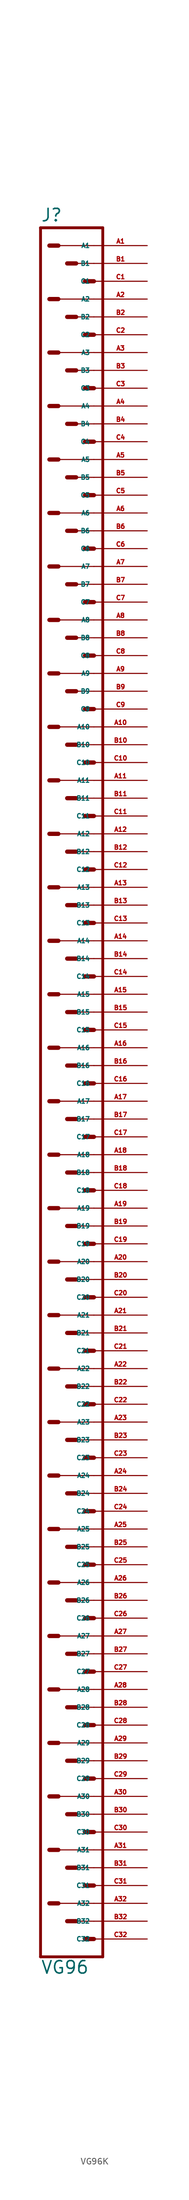
<source format=kicad_sym>
(kicad_symbol_lib
  (version 20220914)
  (generator Eagle2Kicad)
  (symbol "VG96K"
    (property "Reference" "J"
      (at -5.08 112.522 0)
      (effects (font (size 1.778 1.778) (thickness 0.22)) (justify left bottom)))
    (property "Value" "VG96"
      (at -5.08 -137.16 0)
      (effects (font (size 1.778 1.778) (thickness 0.22)) (justify left bottom)))
    (polyline
      (pts (xy 3.81 -134.62) (xy -5.08 -134.62))
      (stroke (width 0.406) (type default))
      (fill (type none)))
    (polyline
      (pts (xy -5.08 111.76) (xy -5.08 -134.62))
      (stroke (width 0.406) (type default))
      (fill (type none)))
    (polyline
      (pts (xy -5.08 111.76) (xy 3.81 111.76))
      (stroke (width 0.406) (type default))
      (fill (type none)))
    (polyline
      (pts (xy 3.81 -134.62) (xy 3.81 111.76))
      (stroke (width 0.406) (type default))
      (fill (type none)))
    (polyline
      (pts (xy 2.54 106.68) (xy 0 106.68))
      (stroke (width 0.152) (type default))
      (fill (type none)))
    (polyline
      (pts (xy -2.54 109.22) (xy 2.54 109.22))
      (stroke (width 0.152) (type default))
      (fill (type none)))
    (polyline
      (pts (xy 2.54 99.06) (xy 0 99.06))
      (stroke (width 0.152) (type default))
      (fill (type none)))
    (polyline
      (pts (xy -2.54 101.6) (xy 2.54 101.6))
      (stroke (width 0.152) (type default))
      (fill (type none)))
    (polyline
      (pts (xy 2.54 91.44) (xy 0 91.44))
      (stroke (width 0.152) (type default))
      (fill (type none)))
    (polyline
      (pts (xy -2.54 93.98) (xy 2.54 93.98))
      (stroke (width 0.152) (type default))
      (fill (type none)))
    (polyline
      (pts (xy -2.54 86.36) (xy 2.54 86.36))
      (stroke (width 0.152) (type default))
      (fill (type none)))
    (polyline
      (pts (xy 2.54 83.82) (xy 0 83.82))
      (stroke (width 0.152) (type default))
      (fill (type none)))
    (polyline
      (pts (xy 2.54 76.2) (xy 0 76.2))
      (stroke (width 0.152) (type default))
      (fill (type none)))
    (polyline
      (pts (xy -2.54 78.74) (xy 2.54 78.74))
      (stroke (width 0.152) (type default))
      (fill (type none)))
    (polyline
      (pts (xy 2.54 68.58) (xy 0 68.58))
      (stroke (width 0.152) (type default))
      (fill (type none)))
    (polyline
      (pts (xy -2.54 71.12) (xy 2.54 71.12))
      (stroke (width 0.152) (type default))
      (fill (type none)))
    (polyline
      (pts (xy 2.54 60.96) (xy 0 60.96))
      (stroke (width 0.152) (type default))
      (fill (type none)))
    (polyline
      (pts (xy -2.54 63.5) (xy 2.54 63.5))
      (stroke (width 0.152) (type default))
      (fill (type none)))
    (polyline
      (pts (xy 2.54 53.34) (xy 0 53.34))
      (stroke (width 0.152) (type default))
      (fill (type none)))
    (polyline
      (pts (xy -2.54 55.88) (xy 2.54 55.88))
      (stroke (width 0.152) (type default))
      (fill (type none)))
    (polyline
      (pts (xy 2.54 45.72) (xy 0 45.72))
      (stroke (width 0.152) (type default))
      (fill (type none)))
    (polyline
      (pts (xy -2.54 48.26) (xy 2.54 48.26))
      (stroke (width 0.152) (type default))
      (fill (type none)))
    (polyline
      (pts (xy 2.54 38.1) (xy 0 38.1))
      (stroke (width 0.152) (type default))
      (fill (type none)))
    (polyline
      (pts (xy -2.54 40.64) (xy 2.54 40.64))
      (stroke (width 0.152) (type default))
      (fill (type none)))
    (polyline
      (pts (xy 2.54 30.48) (xy 0 30.48))
      (stroke (width 0.152) (type default))
      (fill (type none)))
    (polyline
      (pts (xy -2.54 33.02) (xy 2.54 33.02))
      (stroke (width 0.152) (type default))
      (fill (type none)))
    (polyline
      (pts (xy 2.54 22.86) (xy 0 22.86))
      (stroke (width 0.152) (type default))
      (fill (type none)))
    (polyline
      (pts (xy -2.54 25.4) (xy 2.54 25.4))
      (stroke (width 0.152) (type default))
      (fill (type none)))
    (polyline
      (pts (xy 2.54 15.24) (xy 0 15.24))
      (stroke (width 0.152) (type default))
      (fill (type none)))
    (polyline
      (pts (xy -2.54 17.78) (xy 2.54 17.78))
      (stroke (width 0.152) (type default))
      (fill (type none)))
    (polyline
      (pts (xy 2.54 7.62) (xy 0 7.62))
      (stroke (width 0.152) (type default))
      (fill (type none)))
    (polyline
      (pts (xy -2.54 10.16) (xy 2.54 10.16))
      (stroke (width 0.152) (type default))
      (fill (type none)))
    (polyline
      (pts (xy 2.54 0) (xy 0 0))
      (stroke (width 0.152) (type default))
      (fill (type none)))
    (polyline
      (pts (xy -2.54 2.54) (xy 2.54 2.54))
      (stroke (width 0.152) (type default))
      (fill (type none)))
    (polyline
      (pts (xy 2.54 -7.62) (xy 0 -7.62))
      (stroke (width 0.152) (type default))
      (fill (type none)))
    (polyline
      (pts (xy -2.54 -5.08) (xy 2.54 -5.08))
      (stroke (width 0.152) (type default))
      (fill (type none)))
    (polyline
      (pts (xy 2.54 -15.24) (xy 0 -15.24))
      (stroke (width 0.152) (type default))
      (fill (type none)))
    (polyline
      (pts (xy -2.54 -12.7) (xy 2.54 -12.7))
      (stroke (width 0.152) (type default))
      (fill (type none)))
    (polyline
      (pts (xy 2.54 -22.86) (xy 0 -22.86))
      (stroke (width 0.152) (type default))
      (fill (type none)))
    (polyline
      (pts (xy -2.54 -20.32) (xy 2.54 -20.32))
      (stroke (width 0.152) (type default))
      (fill (type none)))
    (polyline
      (pts (xy 2.54 -30.48) (xy 0 -30.48))
      (stroke (width 0.152) (type default))
      (fill (type none)))
    (polyline
      (pts (xy -2.54 -27.94) (xy 2.54 -27.94))
      (stroke (width 0.152) (type default))
      (fill (type none)))
    (polyline
      (pts (xy 2.54 -38.1) (xy 0 -38.1))
      (stroke (width 0.152) (type default))
      (fill (type none)))
    (polyline
      (pts (xy -2.54 -35.56) (xy 2.54 -35.56))
      (stroke (width 0.152) (type default))
      (fill (type none)))
    (polyline
      (pts (xy 2.54 -45.72) (xy 0 -45.72))
      (stroke (width 0.152) (type default))
      (fill (type none)))
    (polyline
      (pts (xy -2.54 -43.18) (xy 2.54 -43.18))
      (stroke (width 0.152) (type default))
      (fill (type none)))
    (polyline
      (pts (xy 2.54 -53.34) (xy 0 -53.34))
      (stroke (width 0.152) (type default))
      (fill (type none)))
    (polyline
      (pts (xy -2.54 -50.8) (xy 2.54 -50.8))
      (stroke (width 0.152) (type default))
      (fill (type none)))
    (polyline
      (pts (xy 2.54 -60.96) (xy 0 -60.96))
      (stroke (width 0.152) (type default))
      (fill (type none)))
    (polyline
      (pts (xy -2.54 -58.42) (xy 2.54 -58.42))
      (stroke (width 0.152) (type default))
      (fill (type none)))
    (polyline
      (pts (xy 2.54 -68.58) (xy 0 -68.58))
      (stroke (width 0.152) (type default))
      (fill (type none)))
    (polyline
      (pts (xy -2.54 -66.04) (xy 2.54 -66.04))
      (stroke (width 0.152) (type default))
      (fill (type none)))
    (polyline
      (pts (xy 2.54 -76.2) (xy 0 -76.2))
      (stroke (width 0.152) (type default))
      (fill (type none)))
    (polyline
      (pts (xy -2.54 -73.66) (xy 2.54 -73.66))
      (stroke (width 0.152) (type default))
      (fill (type none)))
    (polyline
      (pts (xy 2.54 -83.82) (xy 0 -83.82))
      (stroke (width 0.152) (type default))
      (fill (type none)))
    (polyline
      (pts (xy -2.54 -81.28) (xy 2.54 -81.28))
      (stroke (width 0.152) (type default))
      (fill (type none)))
    (polyline
      (pts (xy 2.54 -91.44) (xy 0 -91.44))
      (stroke (width 0.152) (type default))
      (fill (type none)))
    (polyline
      (pts (xy 2.54 -99.06) (xy 0 -99.06))
      (stroke (width 0.152) (type default))
      (fill (type none)))
    (polyline
      (pts (xy 2.54 -106.68) (xy 0 -106.68))
      (stroke (width 0.152) (type default))
      (fill (type none)))
    (polyline
      (pts (xy -2.54 -88.9) (xy 2.54 -88.9))
      (stroke (width 0.152) (type default))
      (fill (type none)))
    (polyline
      (pts (xy -2.54 -96.52) (xy 2.54 -96.52))
      (stroke (width 0.152) (type default))
      (fill (type none)))
    (polyline
      (pts (xy -2.54 -104.14) (xy 2.54 -104.14))
      (stroke (width 0.152) (type default))
      (fill (type none)))
    (polyline
      (pts (xy 2.54 -114.3) (xy 0 -114.3))
      (stroke (width 0.152) (type default))
      (fill (type none)))
    (polyline
      (pts (xy -2.54 -111.76) (xy 2.54 -111.76))
      (stroke (width 0.152) (type default))
      (fill (type none)))
    (polyline
      (pts (xy 2.54 -121.92) (xy 0 -121.92))
      (stroke (width 0.152) (type default))
      (fill (type none)))
    (polyline
      (pts (xy -2.54 -119.38) (xy 2.54 -119.38))
      (stroke (width 0.152) (type default))
      (fill (type none)))
    (polyline
      (pts (xy -2.54 -127) (xy 2.54 -127))
      (stroke (width 0.152) (type default))
      (fill (type none)))
    (polyline
      (pts (xy 2.54 -129.54) (xy 0 -129.54))
      (stroke (width 0.152) (type default))
      (fill (type none)))
    (polyline
      (pts (xy -3.81 -127) (xy -2.54 -127))
      (stroke (width 0.61) (type default))
      (fill (type none)))
    (polyline
      (pts (xy -1.27 -129.54) (xy 0 -129.54))
      (stroke (width 0.61) (type default))
      (fill (type none)))
    (polyline
      (pts (xy 1.27 -132.08) (xy 2.54 -132.08))
      (stroke (width 0.61) (type default))
      (fill (type none)))
    (polyline
      (pts (xy -3.81 -119.38) (xy -2.54 -119.38))
      (stroke (width 0.61) (type default))
      (fill (type none)))
    (polyline
      (pts (xy -1.27 -121.92) (xy 0 -121.92))
      (stroke (width 0.61) (type default))
      (fill (type none)))
    (polyline
      (pts (xy 1.27 -124.46) (xy 2.54 -124.46))
      (stroke (width 0.61) (type default))
      (fill (type none)))
    (polyline
      (pts (xy -3.81 -111.76) (xy -2.54 -111.76))
      (stroke (width 0.61) (type default))
      (fill (type none)))
    (polyline
      (pts (xy -1.27 -114.3) (xy 0 -114.3))
      (stroke (width 0.61) (type default))
      (fill (type none)))
    (polyline
      (pts (xy 1.27 -116.84) (xy 2.54 -116.84))
      (stroke (width 0.61) (type default))
      (fill (type none)))
    (polyline
      (pts (xy -3.81 -104.14) (xy -2.54 -104.14))
      (stroke (width 0.61) (type default))
      (fill (type none)))
    (polyline
      (pts (xy -1.27 -106.68) (xy 0 -106.68))
      (stroke (width 0.61) (type default))
      (fill (type none)))
    (polyline
      (pts (xy 1.27 -109.22) (xy 2.54 -109.22))
      (stroke (width 0.61) (type default))
      (fill (type none)))
    (polyline
      (pts (xy -3.81 -96.52) (xy -2.54 -96.52))
      (stroke (width 0.61) (type default))
      (fill (type none)))
    (polyline
      (pts (xy -1.27 -99.06) (xy 0 -99.06))
      (stroke (width 0.61) (type default))
      (fill (type none)))
    (polyline
      (pts (xy 1.27 -101.6) (xy 2.54 -101.6))
      (stroke (width 0.61) (type default))
      (fill (type none)))
    (polyline
      (pts (xy -3.81 -88.9) (xy -2.54 -88.9))
      (stroke (width 0.61) (type default))
      (fill (type none)))
    (polyline
      (pts (xy -1.27 -91.44) (xy 0 -91.44))
      (stroke (width 0.61) (type default))
      (fill (type none)))
    (polyline
      (pts (xy 1.27 -93.98) (xy 2.54 -93.98))
      (stroke (width 0.61) (type default))
      (fill (type none)))
    (polyline
      (pts (xy -3.81 -81.28) (xy -2.54 -81.28))
      (stroke (width 0.61) (type default))
      (fill (type none)))
    (polyline
      (pts (xy -1.27 -83.82) (xy 0 -83.82))
      (stroke (width 0.61) (type default))
      (fill (type none)))
    (polyline
      (pts (xy 1.27 -86.36) (xy 2.54 -86.36))
      (stroke (width 0.61) (type default))
      (fill (type none)))
    (polyline
      (pts (xy -3.81 -73.66) (xy -2.54 -73.66))
      (stroke (width 0.61) (type default))
      (fill (type none)))
    (polyline
      (pts (xy -1.27 -76.2) (xy 0 -76.2))
      (stroke (width 0.61) (type default))
      (fill (type none)))
    (polyline
      (pts (xy 1.27 -78.74) (xy 2.54 -78.74))
      (stroke (width 0.61) (type default))
      (fill (type none)))
    (polyline
      (pts (xy -3.81 -66.04) (xy -2.54 -66.04))
      (stroke (width 0.61) (type default))
      (fill (type none)))
    (polyline
      (pts (xy -1.27 -68.58) (xy 0 -68.58))
      (stroke (width 0.61) (type default))
      (fill (type none)))
    (polyline
      (pts (xy 1.27 -71.12) (xy 2.54 -71.12))
      (stroke (width 0.61) (type default))
      (fill (type none)))
    (polyline
      (pts (xy -3.81 -58.42) (xy -2.54 -58.42))
      (stroke (width 0.61) (type default))
      (fill (type none)))
    (polyline
      (pts (xy -1.27 -60.96) (xy 0 -60.96))
      (stroke (width 0.61) (type default))
      (fill (type none)))
    (polyline
      (pts (xy 1.27 -63.5) (xy 2.54 -63.5))
      (stroke (width 0.61) (type default))
      (fill (type none)))
    (polyline
      (pts (xy -3.81 -50.8) (xy -2.54 -50.8))
      (stroke (width 0.61) (type default))
      (fill (type none)))
    (polyline
      (pts (xy -1.27 -53.34) (xy 0 -53.34))
      (stroke (width 0.61) (type default))
      (fill (type none)))
    (polyline
      (pts (xy 1.27 -55.88) (xy 2.54 -55.88))
      (stroke (width 0.61) (type default))
      (fill (type none)))
    (polyline
      (pts (xy -3.81 -43.18) (xy -2.54 -43.18))
      (stroke (width 0.61) (type default))
      (fill (type none)))
    (polyline
      (pts (xy -1.27 -45.72) (xy 0 -45.72))
      (stroke (width 0.61) (type default))
      (fill (type none)))
    (polyline
      (pts (xy 1.27 -48.26) (xy 2.54 -48.26))
      (stroke (width 0.61) (type default))
      (fill (type none)))
    (polyline
      (pts (xy -3.81 -35.56) (xy -2.54 -35.56))
      (stroke (width 0.61) (type default))
      (fill (type none)))
    (polyline
      (pts (xy -1.27 -38.1) (xy 0 -38.1))
      (stroke (width 0.61) (type default))
      (fill (type none)))
    (polyline
      (pts (xy 1.27 -40.64) (xy 2.54 -40.64))
      (stroke (width 0.61) (type default))
      (fill (type none)))
    (polyline
      (pts (xy -3.81 -27.94) (xy -2.54 -27.94))
      (stroke (width 0.61) (type default))
      (fill (type none)))
    (polyline
      (pts (xy -1.27 -30.48) (xy 0 -30.48))
      (stroke (width 0.61) (type default))
      (fill (type none)))
    (polyline
      (pts (xy 1.27 -33.02) (xy 2.54 -33.02))
      (stroke (width 0.61) (type default))
      (fill (type none)))
    (polyline
      (pts (xy -3.81 -20.32) (xy -2.54 -20.32))
      (stroke (width 0.61) (type default))
      (fill (type none)))
    (polyline
      (pts (xy -1.27 -22.86) (xy 0 -22.86))
      (stroke (width 0.61) (type default))
      (fill (type none)))
    (polyline
      (pts (xy 1.27 -25.4) (xy 2.54 -25.4))
      (stroke (width 0.61) (type default))
      (fill (type none)))
    (polyline
      (pts (xy -3.81 -12.7) (xy -2.54 -12.7))
      (stroke (width 0.61) (type default))
      (fill (type none)))
    (polyline
      (pts (xy -1.27 -15.24) (xy 0 -15.24))
      (stroke (width 0.61) (type default))
      (fill (type none)))
    (polyline
      (pts (xy 1.27 -17.78) (xy 2.54 -17.78))
      (stroke (width 0.61) (type default))
      (fill (type none)))
    (polyline
      (pts (xy -3.81 -5.08) (xy -2.54 -5.08))
      (stroke (width 0.61) (type default))
      (fill (type none)))
    (polyline
      (pts (xy -1.27 -7.62) (xy 0 -7.62))
      (stroke (width 0.61) (type default))
      (fill (type none)))
    (polyline
      (pts (xy 1.27 -10.16) (xy 2.54 -10.16))
      (stroke (width 0.61) (type default))
      (fill (type none)))
    (polyline
      (pts (xy -3.81 2.54) (xy -2.54 2.54))
      (stroke (width 0.61) (type default))
      (fill (type none)))
    (polyline
      (pts (xy -1.27 0) (xy 0 0))
      (stroke (width 0.61) (type default))
      (fill (type none)))
    (polyline
      (pts (xy 1.27 -2.54) (xy 2.54 -2.54))
      (stroke (width 0.61) (type default))
      (fill (type none)))
    (polyline
      (pts (xy -3.81 10.16) (xy -2.54 10.16))
      (stroke (width 0.61) (type default))
      (fill (type none)))
    (polyline
      (pts (xy -1.27 7.62) (xy 0 7.62))
      (stroke (width 0.61) (type default))
      (fill (type none)))
    (polyline
      (pts (xy 1.27 5.08) (xy 2.54 5.08))
      (stroke (width 0.61) (type default))
      (fill (type none)))
    (polyline
      (pts (xy -3.81 17.78) (xy -2.54 17.78))
      (stroke (width 0.61) (type default))
      (fill (type none)))
    (polyline
      (pts (xy -1.27 15.24) (xy 0 15.24))
      (stroke (width 0.61) (type default))
      (fill (type none)))
    (polyline
      (pts (xy 1.27 12.7) (xy 2.54 12.7))
      (stroke (width 0.61) (type default))
      (fill (type none)))
    (polyline
      (pts (xy -3.81 25.4) (xy -2.54 25.4))
      (stroke (width 0.61) (type default))
      (fill (type none)))
    (polyline
      (pts (xy -1.27 22.86) (xy 0 22.86))
      (stroke (width 0.61) (type default))
      (fill (type none)))
    (polyline
      (pts (xy 1.27 20.32) (xy 2.54 20.32))
      (stroke (width 0.61) (type default))
      (fill (type none)))
    (polyline
      (pts (xy -3.81 33.02) (xy -2.54 33.02))
      (stroke (width 0.61) (type default))
      (fill (type none)))
    (polyline
      (pts (xy -1.27 30.48) (xy 0 30.48))
      (stroke (width 0.61) (type default))
      (fill (type none)))
    (polyline
      (pts (xy 1.27 27.94) (xy 2.54 27.94))
      (stroke (width 0.61) (type default))
      (fill (type none)))
    (polyline
      (pts (xy -3.81 40.64) (xy -2.54 40.64))
      (stroke (width 0.61) (type default))
      (fill (type none)))
    (polyline
      (pts (xy -1.27 38.1) (xy 0 38.1))
      (stroke (width 0.61) (type default))
      (fill (type none)))
    (polyline
      (pts (xy 1.27 35.56) (xy 2.54 35.56))
      (stroke (width 0.61) (type default))
      (fill (type none)))
    (polyline
      (pts (xy -3.81 48.26) (xy -2.54 48.26))
      (stroke (width 0.61) (type default))
      (fill (type none)))
    (polyline
      (pts (xy -1.27 45.72) (xy 0 45.72))
      (stroke (width 0.61) (type default))
      (fill (type none)))
    (polyline
      (pts (xy 1.27 43.18) (xy 2.54 43.18))
      (stroke (width 0.61) (type default))
      (fill (type none)))
    (polyline
      (pts (xy -3.81 55.88) (xy -2.54 55.88))
      (stroke (width 0.61) (type default))
      (fill (type none)))
    (polyline
      (pts (xy -1.27 53.34) (xy 0 53.34))
      (stroke (width 0.61) (type default))
      (fill (type none)))
    (polyline
      (pts (xy 1.27 50.8) (xy 2.54 50.8))
      (stroke (width 0.61) (type default))
      (fill (type none)))
    (polyline
      (pts (xy -3.81 63.5) (xy -2.54 63.5))
      (stroke (width 0.61) (type default))
      (fill (type none)))
    (polyline
      (pts (xy -1.27 60.96) (xy 0 60.96))
      (stroke (width 0.61) (type default))
      (fill (type none)))
    (polyline
      (pts (xy 1.27 58.42) (xy 2.54 58.42))
      (stroke (width 0.61) (type default))
      (fill (type none)))
    (polyline
      (pts (xy -3.81 71.12) (xy -2.54 71.12))
      (stroke (width 0.61) (type default))
      (fill (type none)))
    (polyline
      (pts (xy -1.27 68.58) (xy 0 68.58))
      (stroke (width 0.61) (type default))
      (fill (type none)))
    (polyline
      (pts (xy 1.27 66.04) (xy 2.54 66.04))
      (stroke (width 0.61) (type default))
      (fill (type none)))
    (polyline
      (pts (xy -3.81 78.74) (xy -2.54 78.74))
      (stroke (width 0.61) (type default))
      (fill (type none)))
    (polyline
      (pts (xy -1.27 76.2) (xy 0 76.2))
      (stroke (width 0.61) (type default))
      (fill (type none)))
    (polyline
      (pts (xy 1.27 73.66) (xy 2.54 73.66))
      (stroke (width 0.61) (type default))
      (fill (type none)))
    (polyline
      (pts (xy -3.81 86.36) (xy -2.54 86.36))
      (stroke (width 0.61) (type default))
      (fill (type none)))
    (polyline
      (pts (xy -1.27 83.82) (xy 0 83.82))
      (stroke (width 0.61) (type default))
      (fill (type none)))
    (polyline
      (pts (xy 1.27 81.28) (xy 2.54 81.28))
      (stroke (width 0.61) (type default))
      (fill (type none)))
    (polyline
      (pts (xy -3.81 93.98) (xy -2.54 93.98))
      (stroke (width 0.61) (type default))
      (fill (type none)))
    (polyline
      (pts (xy -1.27 91.44) (xy 0 91.44))
      (stroke (width 0.61) (type default))
      (fill (type none)))
    (polyline
      (pts (xy 1.27 88.9) (xy 2.54 88.9))
      (stroke (width 0.61) (type default))
      (fill (type none)))
    (polyline
      (pts (xy -3.81 101.6) (xy -2.54 101.6))
      (stroke (width 0.61) (type default))
      (fill (type none)))
    (polyline
      (pts (xy -1.27 99.06) (xy 0 99.06))
      (stroke (width 0.61) (type default))
      (fill (type none)))
    (polyline
      (pts (xy 1.27 96.52) (xy 2.54 96.52))
      (stroke (width 0.61) (type default))
      (fill (type none)))
    (polyline
      (pts (xy -3.81 109.22) (xy -2.54 109.22))
      (stroke (width 0.61) (type default))
      (fill (type none)))
    (polyline
      (pts (xy -1.27 106.68) (xy 0 106.68))
      (stroke (width 0.61) (type default))
      (fill (type none)))
    (polyline
      (pts (xy 1.27 104.14) (xy 2.54 104.14))
      (stroke (width 0.61) (type default))
      (fill (type none)))
    (pin passive line
      (at 10.16 106.68 180)
      (length 7.62)
      (name "B1" (effects (font (size 0.635 0.635) (thickness 0.08)) (justify left bottom)))
      (number "B1" (effects (font (size 0.635 0.635) (thickness 0.08)) (justify left bottom))))
    (pin passive line
      (at 10.16 99.06 180)
      (length 7.62)
      (name "B2" (effects (font (size 0.635 0.635) (thickness 0.08)) (justify left bottom)))
      (number "B2" (effects (font (size 0.635 0.635) (thickness 0.08)) (justify left bottom))))
    (pin passive line
      (at 10.16 91.44 180)
      (length 7.62)
      (name "B3" (effects (font (size 0.635 0.635) (thickness 0.08)) (justify left bottom)))
      (number "B3" (effects (font (size 0.635 0.635) (thickness 0.08)) (justify left bottom))))
    (pin passive line
      (at 10.16 83.82 180)
      (length 7.62)
      (name "B4" (effects (font (size 0.635 0.635) (thickness 0.08)) (justify left bottom)))
      (number "B4" (effects (font (size 0.635 0.635) (thickness 0.08)) (justify left bottom))))
    (pin passive line
      (at 10.16 76.2 180)
      (length 7.62)
      (name "B5" (effects (font (size 0.635 0.635) (thickness 0.08)) (justify left bottom)))
      (number "B5" (effects (font (size 0.635 0.635) (thickness 0.08)) (justify left bottom))))
    (pin passive line
      (at 10.16 68.58 180)
      (length 7.62)
      (name "B6" (effects (font (size 0.635 0.635) (thickness 0.08)) (justify left bottom)))
      (number "B6" (effects (font (size 0.635 0.635) (thickness 0.08)) (justify left bottom))))
    (pin passive line
      (at 10.16 60.96 180)
      (length 7.62)
      (name "B7" (effects (font (size 0.635 0.635) (thickness 0.08)) (justify left bottom)))
      (number "B7" (effects (font (size 0.635 0.635) (thickness 0.08)) (justify left bottom))))
    (pin passive line
      (at 10.16 53.34 180)
      (length 7.62)
      (name "B8" (effects (font (size 0.635 0.635) (thickness 0.08)) (justify left bottom)))
      (number "B8" (effects (font (size 0.635 0.635) (thickness 0.08)) (justify left bottom))))
    (pin passive line
      (at 10.16 45.72 180)
      (length 7.62)
      (name "B9" (effects (font (size 0.635 0.635) (thickness 0.08)) (justify left bottom)))
      (number "B9" (effects (font (size 0.635 0.635) (thickness 0.08)) (justify left bottom))))
    (pin passive line
      (at 10.16 38.1 180)
      (length 7.62)
      (name "B10" (effects (font (size 0.635 0.635) (thickness 0.08)) (justify left bottom)))
      (number "B10" (effects (font (size 0.635 0.635) (thickness 0.08)) (justify left bottom))))
    (pin passive line
      (at 10.16 30.48 180)
      (length 7.62)
      (name "B11" (effects (font (size 0.635 0.635) (thickness 0.08)) (justify left bottom)))
      (number "B11" (effects (font (size 0.635 0.635) (thickness 0.08)) (justify left bottom))))
    (pin passive line
      (at 10.16 22.86 180)
      (length 7.62)
      (name "B12" (effects (font (size 0.635 0.635) (thickness 0.08)) (justify left bottom)))
      (number "B12" (effects (font (size 0.635 0.635) (thickness 0.08)) (justify left bottom))))
    (pin passive line
      (at 10.16 15.24 180)
      (length 7.62)
      (name "B13" (effects (font (size 0.635 0.635) (thickness 0.08)) (justify left bottom)))
      (number "B13" (effects (font (size 0.635 0.635) (thickness 0.08)) (justify left bottom))))
    (pin passive line
      (at 10.16 7.62 180)
      (length 7.62)
      (name "B14" (effects (font (size 0.635 0.635) (thickness 0.08)) (justify left bottom)))
      (number "B14" (effects (font (size 0.635 0.635) (thickness 0.08)) (justify left bottom))))
    (pin passive line
      (at 10.16 0 180)
      (length 7.62)
      (name "B15" (effects (font (size 0.635 0.635) (thickness 0.08)) (justify left bottom)))
      (number "B15" (effects (font (size 0.635 0.635) (thickness 0.08)) (justify left bottom))))
    (pin passive line
      (at 10.16 -7.62 180)
      (length 7.62)
      (name "B16" (effects (font (size 0.635 0.635) (thickness 0.08)) (justify left bottom)))
      (number "B16" (effects (font (size 0.635 0.635) (thickness 0.08)) (justify left bottom))))
    (pin passive line
      (at 10.16 -15.24 180)
      (length 7.62)
      (name "B17" (effects (font (size 0.635 0.635) (thickness 0.08)) (justify left bottom)))
      (number "B17" (effects (font (size 0.635 0.635) (thickness 0.08)) (justify left bottom))))
    (pin passive line
      (at 10.16 -22.86 180)
      (length 7.62)
      (name "B18" (effects (font (size 0.635 0.635) (thickness 0.08)) (justify left bottom)))
      (number "B18" (effects (font (size 0.635 0.635) (thickness 0.08)) (justify left bottom))))
    (pin passive line
      (at 10.16 -30.48 180)
      (length 7.62)
      (name "B19" (effects (font (size 0.635 0.635) (thickness 0.08)) (justify left bottom)))
      (number "B19" (effects (font (size 0.635 0.635) (thickness 0.08)) (justify left bottom))))
    (pin passive line
      (at 10.16 -38.1 180)
      (length 7.62)
      (name "B20" (effects (font (size 0.635 0.635) (thickness 0.08)) (justify left bottom)))
      (number "B20" (effects (font (size 0.635 0.635) (thickness 0.08)) (justify left bottom))))
    (pin passive line
      (at 10.16 -45.72 180)
      (length 7.62)
      (name "B21" (effects (font (size 0.635 0.635) (thickness 0.08)) (justify left bottom)))
      (number "B21" (effects (font (size 0.635 0.635) (thickness 0.08)) (justify left bottom))))
    (pin passive line
      (at 10.16 -53.34 180)
      (length 7.62)
      (name "B22" (effects (font (size 0.635 0.635) (thickness 0.08)) (justify left bottom)))
      (number "B22" (effects (font (size 0.635 0.635) (thickness 0.08)) (justify left bottom))))
    (pin passive line
      (at 10.16 -60.96 180)
      (length 7.62)
      (name "B23" (effects (font (size 0.635 0.635) (thickness 0.08)) (justify left bottom)))
      (number "B23" (effects (font (size 0.635 0.635) (thickness 0.08)) (justify left bottom))))
    (pin passive line
      (at 10.16 -68.58 180)
      (length 7.62)
      (name "B24" (effects (font (size 0.635 0.635) (thickness 0.08)) (justify left bottom)))
      (number "B24" (effects (font (size 0.635 0.635) (thickness 0.08)) (justify left bottom))))
    (pin passive line
      (at 10.16 -76.2 180)
      (length 7.62)
      (name "B25" (effects (font (size 0.635 0.635) (thickness 0.08)) (justify left bottom)))
      (number "B25" (effects (font (size 0.635 0.635) (thickness 0.08)) (justify left bottom))))
    (pin passive line
      (at 10.16 -83.82 180)
      (length 7.62)
      (name "B26" (effects (font (size 0.635 0.635) (thickness 0.08)) (justify left bottom)))
      (number "B26" (effects (font (size 0.635 0.635) (thickness 0.08)) (justify left bottom))))
    (pin passive line
      (at 10.16 -91.44 180)
      (length 7.62)
      (name "B27" (effects (font (size 0.635 0.635) (thickness 0.08)) (justify left bottom)))
      (number "B27" (effects (font (size 0.635 0.635) (thickness 0.08)) (justify left bottom))))
    (pin passive line
      (at 10.16 -99.06 180)
      (length 7.62)
      (name "B28" (effects (font (size 0.635 0.635) (thickness 0.08)) (justify left bottom)))
      (number "B28" (effects (font (size 0.635 0.635) (thickness 0.08)) (justify left bottom))))
    (pin passive line
      (at 10.16 -106.68 180)
      (length 7.62)
      (name "B29" (effects (font (size 0.635 0.635) (thickness 0.08)) (justify left bottom)))
      (number "B29" (effects (font (size 0.635 0.635) (thickness 0.08)) (justify left bottom))))
    (pin passive line
      (at 10.16 -114.3 180)
      (length 7.62)
      (name "B30" (effects (font (size 0.635 0.635) (thickness 0.08)) (justify left bottom)))
      (number "B30" (effects (font (size 0.635 0.635) (thickness 0.08)) (justify left bottom))))
    (pin passive line
      (at 10.16 -121.92 180)
      (length 7.62)
      (name "B31" (effects (font (size 0.635 0.635) (thickness 0.08)) (justify left bottom)))
      (number "B31" (effects (font (size 0.635 0.635) (thickness 0.08)) (justify left bottom))))
    (pin passive line
      (at 10.16 -129.54 180)
      (length 7.62)
      (name "B32" (effects (font (size 0.635 0.635) (thickness 0.08)) (justify left bottom)))
      (number "B32" (effects (font (size 0.635 0.635) (thickness 0.08)) (justify left bottom))))
    (pin passive line
      (at 10.16 109.22 180)
      (length 7.62)
      (name "A1" (effects (font (size 0.635 0.635) (thickness 0.08)) (justify left bottom)))
      (number "A1" (effects (font (size 0.635 0.635) (thickness 0.08)) (justify left bottom))))
    (pin passive line
      (at 10.16 101.6 180)
      (length 7.62)
      (name "A2" (effects (font (size 0.635 0.635) (thickness 0.08)) (justify left bottom)))
      (number "A2" (effects (font (size 0.635 0.635) (thickness 0.08)) (justify left bottom))))
    (pin passive line
      (at 10.16 93.98 180)
      (length 7.62)
      (name "A3" (effects (font (size 0.635 0.635) (thickness 0.08)) (justify left bottom)))
      (number "A3" (effects (font (size 0.635 0.635) (thickness 0.08)) (justify left bottom))))
    (pin passive line
      (at 10.16 86.36 180)
      (length 7.62)
      (name "A4" (effects (font (size 0.635 0.635) (thickness 0.08)) (justify left bottom)))
      (number "A4" (effects (font (size 0.635 0.635) (thickness 0.08)) (justify left bottom))))
    (pin passive line
      (at 10.16 78.74 180)
      (length 7.62)
      (name "A5" (effects (font (size 0.635 0.635) (thickness 0.08)) (justify left bottom)))
      (number "A5" (effects (font (size 0.635 0.635) (thickness 0.08)) (justify left bottom))))
    (pin passive line
      (at 10.16 71.12 180)
      (length 7.62)
      (name "A6" (effects (font (size 0.635 0.635) (thickness 0.08)) (justify left bottom)))
      (number "A6" (effects (font (size 0.635 0.635) (thickness 0.08)) (justify left bottom))))
    (pin passive line
      (at 10.16 63.5 180)
      (length 7.62)
      (name "A7" (effects (font (size 0.635 0.635) (thickness 0.08)) (justify left bottom)))
      (number "A7" (effects (font (size 0.635 0.635) (thickness 0.08)) (justify left bottom))))
    (pin passive line
      (at 10.16 55.88 180)
      (length 7.62)
      (name "A8" (effects (font (size 0.635 0.635) (thickness 0.08)) (justify left bottom)))
      (number "A8" (effects (font (size 0.635 0.635) (thickness 0.08)) (justify left bottom))))
    (pin passive line
      (at 10.16 48.26 180)
      (length 7.62)
      (name "A9" (effects (font (size 0.635 0.635) (thickness 0.08)) (justify left bottom)))
      (number "A9" (effects (font (size 0.635 0.635) (thickness 0.08)) (justify left bottom))))
    (pin passive line
      (at 10.16 40.64 180)
      (length 7.62)
      (name "A10" (effects (font (size 0.635 0.635) (thickness 0.08)) (justify left bottom)))
      (number "A10" (effects (font (size 0.635 0.635) (thickness 0.08)) (justify left bottom))))
    (pin passive line
      (at 10.16 33.02 180)
      (length 7.62)
      (name "A11" (effects (font (size 0.635 0.635) (thickness 0.08)) (justify left bottom)))
      (number "A11" (effects (font (size 0.635 0.635) (thickness 0.08)) (justify left bottom))))
    (pin passive line
      (at 10.16 25.4 180)
      (length 7.62)
      (name "A12" (effects (font (size 0.635 0.635) (thickness 0.08)) (justify left bottom)))
      (number "A12" (effects (font (size 0.635 0.635) (thickness 0.08)) (justify left bottom))))
    (pin passive line
      (at 10.16 17.78 180)
      (length 7.62)
      (name "A13" (effects (font (size 0.635 0.635) (thickness 0.08)) (justify left bottom)))
      (number "A13" (effects (font (size 0.635 0.635) (thickness 0.08)) (justify left bottom))))
    (pin passive line
      (at 10.16 10.16 180)
      (length 7.62)
      (name "A14" (effects (font (size 0.635 0.635) (thickness 0.08)) (justify left bottom)))
      (number "A14" (effects (font (size 0.635 0.635) (thickness 0.08)) (justify left bottom))))
    (pin passive line
      (at 10.16 2.54 180)
      (length 7.62)
      (name "A15" (effects (font (size 0.635 0.635) (thickness 0.08)) (justify left bottom)))
      (number "A15" (effects (font (size 0.635 0.635) (thickness 0.08)) (justify left bottom))))
    (pin passive line
      (at 10.16 -5.08 180)
      (length 7.62)
      (name "A16" (effects (font (size 0.635 0.635) (thickness 0.08)) (justify left bottom)))
      (number "A16" (effects (font (size 0.635 0.635) (thickness 0.08)) (justify left bottom))))
    (pin passive line
      (at 10.16 -12.7 180)
      (length 7.62)
      (name "A17" (effects (font (size 0.635 0.635) (thickness 0.08)) (justify left bottom)))
      (number "A17" (effects (font (size 0.635 0.635) (thickness 0.08)) (justify left bottom))))
    (pin passive line
      (at 10.16 -20.32 180)
      (length 7.62)
      (name "A18" (effects (font (size 0.635 0.635) (thickness 0.08)) (justify left bottom)))
      (number "A18" (effects (font (size 0.635 0.635) (thickness 0.08)) (justify left bottom))))
    (pin passive line
      (at 10.16 -27.94 180)
      (length 7.62)
      (name "A19" (effects (font (size 0.635 0.635) (thickness 0.08)) (justify left bottom)))
      (number "A19" (effects (font (size 0.635 0.635) (thickness 0.08)) (justify left bottom))))
    (pin passive line
      (at 10.16 -35.56 180)
      (length 7.62)
      (name "A20" (effects (font (size 0.635 0.635) (thickness 0.08)) (justify left bottom)))
      (number "A20" (effects (font (size 0.635 0.635) (thickness 0.08)) (justify left bottom))))
    (pin passive line
      (at 10.16 -43.18 180)
      (length 7.62)
      (name "A21" (effects (font (size 0.635 0.635) (thickness 0.08)) (justify left bottom)))
      (number "A21" (effects (font (size 0.635 0.635) (thickness 0.08)) (justify left bottom))))
    (pin passive line
      (at 10.16 -50.8 180)
      (length 7.62)
      (name "A22" (effects (font (size 0.635 0.635) (thickness 0.08)) (justify left bottom)))
      (number "A22" (effects (font (size 0.635 0.635) (thickness 0.08)) (justify left bottom))))
    (pin passive line
      (at 10.16 -58.42 180)
      (length 7.62)
      (name "A23" (effects (font (size 0.635 0.635) (thickness 0.08)) (justify left bottom)))
      (number "A23" (effects (font (size 0.635 0.635) (thickness 0.08)) (justify left bottom))))
    (pin passive line
      (at 10.16 -66.04 180)
      (length 7.62)
      (name "A24" (effects (font (size 0.635 0.635) (thickness 0.08)) (justify left bottom)))
      (number "A24" (effects (font (size 0.635 0.635) (thickness 0.08)) (justify left bottom))))
    (pin passive line
      (at 10.16 -73.66 180)
      (length 7.62)
      (name "A25" (effects (font (size 0.635 0.635) (thickness 0.08)) (justify left bottom)))
      (number "A25" (effects (font (size 0.635 0.635) (thickness 0.08)) (justify left bottom))))
    (pin passive line
      (at 10.16 -81.28 180)
      (length 7.62)
      (name "A26" (effects (font (size 0.635 0.635) (thickness 0.08)) (justify left bottom)))
      (number "A26" (effects (font (size 0.635 0.635) (thickness 0.08)) (justify left bottom))))
    (pin passive line
      (at 10.16 -88.9 180)
      (length 7.62)
      (name "A27" (effects (font (size 0.635 0.635) (thickness 0.08)) (justify left bottom)))
      (number "A27" (effects (font (size 0.635 0.635) (thickness 0.08)) (justify left bottom))))
    (pin passive line
      (at 10.16 -96.52 180)
      (length 7.62)
      (name "A28" (effects (font (size 0.635 0.635) (thickness 0.08)) (justify left bottom)))
      (number "A28" (effects (font (size 0.635 0.635) (thickness 0.08)) (justify left bottom))))
    (pin passive line
      (at 10.16 -104.14 180)
      (length 7.62)
      (name "A29" (effects (font (size 0.635 0.635) (thickness 0.08)) (justify left bottom)))
      (number "A29" (effects (font (size 0.635 0.635) (thickness 0.08)) (justify left bottom))))
    (pin passive line
      (at 10.16 -111.76 180)
      (length 7.62)
      (name "A30" (effects (font (size 0.635 0.635) (thickness 0.08)) (justify left bottom)))
      (number "A30" (effects (font (size 0.635 0.635) (thickness 0.08)) (justify left bottom))))
    (pin passive line
      (at 10.16 -119.38 180)
      (length 7.62)
      (name "A31" (effects (font (size 0.635 0.635) (thickness 0.08)) (justify left bottom)))
      (number "A31" (effects (font (size 0.635 0.635) (thickness 0.08)) (justify left bottom))))
    (pin passive line
      (at 10.16 -127 180)
      (length 7.62)
      (name "A32" (effects (font (size 0.635 0.635) (thickness 0.08)) (justify left bottom)))
      (number "A32" (effects (font (size 0.635 0.635) (thickness 0.08)) (justify left bottom))))
    (pin passive line
      (at 10.16 104.14 180)
      (length 7.62)
      (name "C1" (effects (font (size 0.635 0.635) (thickness 0.08)) (justify left bottom)))
      (number "C1" (effects (font (size 0.635 0.635) (thickness 0.08)) (justify left bottom))))
    (pin passive line
      (at 10.16 96.52 180)
      (length 7.62)
      (name "C2" (effects (font (size 0.635 0.635) (thickness 0.08)) (justify left bottom)))
      (number "C2" (effects (font (size 0.635 0.635) (thickness 0.08)) (justify left bottom))))
    (pin passive line
      (at 10.16 88.9 180)
      (length 7.62)
      (name "C3" (effects (font (size 0.635 0.635) (thickness 0.08)) (justify left bottom)))
      (number "C3" (effects (font (size 0.635 0.635) (thickness 0.08)) (justify left bottom))))
    (pin passive line
      (at 10.16 81.28 180)
      (length 7.62)
      (name "C4" (effects (font (size 0.635 0.635) (thickness 0.08)) (justify left bottom)))
      (number "C4" (effects (font (size 0.635 0.635) (thickness 0.08)) (justify left bottom))))
    (pin passive line
      (at 10.16 73.66 180)
      (length 7.62)
      (name "C5" (effects (font (size 0.635 0.635) (thickness 0.08)) (justify left bottom)))
      (number "C5" (effects (font (size 0.635 0.635) (thickness 0.08)) (justify left bottom))))
    (pin passive line
      (at 10.16 66.04 180)
      (length 7.62)
      (name "C6" (effects (font (size 0.635 0.635) (thickness 0.08)) (justify left bottom)))
      (number "C6" (effects (font (size 0.635 0.635) (thickness 0.08)) (justify left bottom))))
    (pin passive line
      (at 10.16 58.42 180)
      (length 7.62)
      (name "C7" (effects (font (size 0.635 0.635) (thickness 0.08)) (justify left bottom)))
      (number "C7" (effects (font (size 0.635 0.635) (thickness 0.08)) (justify left bottom))))
    (pin passive line
      (at 10.16 50.8 180)
      (length 7.62)
      (name "C8" (effects (font (size 0.635 0.635) (thickness 0.08)) (justify left bottom)))
      (number "C8" (effects (font (size 0.635 0.635) (thickness 0.08)) (justify left bottom))))
    (pin passive line
      (at 10.16 43.18 180)
      (length 7.62)
      (name "C9" (effects (font (size 0.635 0.635) (thickness 0.08)) (justify left bottom)))
      (number "C9" (effects (font (size 0.635 0.635) (thickness 0.08)) (justify left bottom))))
    (pin passive line
      (at 10.16 35.56 180)
      (length 7.62)
      (name "C10" (effects (font (size 0.635 0.635) (thickness 0.08)) (justify left bottom)))
      (number "C10" (effects (font (size 0.635 0.635) (thickness 0.08)) (justify left bottom))))
    (pin passive line
      (at 10.16 27.94 180)
      (length 7.62)
      (name "C11" (effects (font (size 0.635 0.635) (thickness 0.08)) (justify left bottom)))
      (number "C11" (effects (font (size 0.635 0.635) (thickness 0.08)) (justify left bottom))))
    (pin passive line
      (at 10.16 20.32 180)
      (length 7.62)
      (name "C12" (effects (font (size 0.635 0.635) (thickness 0.08)) (justify left bottom)))
      (number "C12" (effects (font (size 0.635 0.635) (thickness 0.08)) (justify left bottom))))
    (pin passive line
      (at 10.16 12.7 180)
      (length 7.62)
      (name "C13" (effects (font (size 0.635 0.635) (thickness 0.08)) (justify left bottom)))
      (number "C13" (effects (font (size 0.635 0.635) (thickness 0.08)) (justify left bottom))))
    (pin passive line
      (at 10.16 5.08 180)
      (length 7.62)
      (name "C14" (effects (font (size 0.635 0.635) (thickness 0.08)) (justify left bottom)))
      (number "C14" (effects (font (size 0.635 0.635) (thickness 0.08)) (justify left bottom))))
    (pin passive line
      (at 10.16 -2.54 180)
      (length 7.62)
      (name "C15" (effects (font (size 0.635 0.635) (thickness 0.08)) (justify left bottom)))
      (number "C15" (effects (font (size 0.635 0.635) (thickness 0.08)) (justify left bottom))))
    (pin passive line
      (at 10.16 -10.16 180)
      (length 7.62)
      (name "C16" (effects (font (size 0.635 0.635) (thickness 0.08)) (justify left bottom)))
      (number "C16" (effects (font (size 0.635 0.635) (thickness 0.08)) (justify left bottom))))
    (pin passive line
      (at 10.16 -17.78 180)
      (length 7.62)
      (name "C17" (effects (font (size 0.635 0.635) (thickness 0.08)) (justify left bottom)))
      (number "C17" (effects (font (size 0.635 0.635) (thickness 0.08)) (justify left bottom))))
    (pin passive line
      (at 10.16 -25.4 180)
      (length 7.62)
      (name "C18" (effects (font (size 0.635 0.635) (thickness 0.08)) (justify left bottom)))
      (number "C18" (effects (font (size 0.635 0.635) (thickness 0.08)) (justify left bottom))))
    (pin passive line
      (at 10.16 -33.02 180)
      (length 7.62)
      (name "C19" (effects (font (size 0.635 0.635) (thickness 0.08)) (justify left bottom)))
      (number "C19" (effects (font (size 0.635 0.635) (thickness 0.08)) (justify left bottom))))
    (pin passive line
      (at 10.16 -40.64 180)
      (length 7.62)
      (name "C20" (effects (font (size 0.635 0.635) (thickness 0.08)) (justify left bottom)))
      (number "C20" (effects (font (size 0.635 0.635) (thickness 0.08)) (justify left bottom))))
    (pin passive line
      (at 10.16 -48.26 180)
      (length 7.62)
      (name "C21" (effects (font (size 0.635 0.635) (thickness 0.08)) (justify left bottom)))
      (number "C21" (effects (font (size 0.635 0.635) (thickness 0.08)) (justify left bottom))))
    (pin passive line
      (at 10.16 -55.88 180)
      (length 7.62)
      (name "C22" (effects (font (size 0.635 0.635) (thickness 0.08)) (justify left bottom)))
      (number "C22" (effects (font (size 0.635 0.635) (thickness 0.08)) (justify left bottom))))
    (pin passive line
      (at 10.16 -63.5 180)
      (length 7.62)
      (name "C23" (effects (font (size 0.635 0.635) (thickness 0.08)) (justify left bottom)))
      (number "C23" (effects (font (size 0.635 0.635) (thickness 0.08)) (justify left bottom))))
    (pin passive line
      (at 10.16 -71.12 180)
      (length 7.62)
      (name "C24" (effects (font (size 0.635 0.635) (thickness 0.08)) (justify left bottom)))
      (number "C24" (effects (font (size 0.635 0.635) (thickness 0.08)) (justify left bottom))))
    (pin passive line
      (at 10.16 -78.74 180)
      (length 7.62)
      (name "C25" (effects (font (size 0.635 0.635) (thickness 0.08)) (justify left bottom)))
      (number "C25" (effects (font (size 0.635 0.635) (thickness 0.08)) (justify left bottom))))
    (pin passive line
      (at 10.16 -86.36 180)
      (length 7.62)
      (name "C26" (effects (font (size 0.635 0.635) (thickness 0.08)) (justify left bottom)))
      (number "C26" (effects (font (size 0.635 0.635) (thickness 0.08)) (justify left bottom))))
    (pin passive line
      (at 10.16 -93.98 180)
      (length 7.62)
      (name "C27" (effects (font (size 0.635 0.635) (thickness 0.08)) (justify left bottom)))
      (number "C27" (effects (font (size 0.635 0.635) (thickness 0.08)) (justify left bottom))))
    (pin passive line
      (at 10.16 -101.6 180)
      (length 7.62)
      (name "C28" (effects (font (size 0.635 0.635) (thickness 0.08)) (justify left bottom)))
      (number "C28" (effects (font (size 0.635 0.635) (thickness 0.08)) (justify left bottom))))
    (pin passive line
      (at 10.16 -109.22 180)
      (length 7.62)
      (name "C29" (effects (font (size 0.635 0.635) (thickness 0.08)) (justify left bottom)))
      (number "C29" (effects (font (size 0.635 0.635) (thickness 0.08)) (justify left bottom))))
    (pin passive line
      (at 10.16 -116.84 180)
      (length 7.62)
      (name "C30" (effects (font (size 0.635 0.635) (thickness 0.08)) (justify left bottom)))
      (number "C30" (effects (font (size 0.635 0.635) (thickness 0.08)) (justify left bottom))))
    (pin passive line
      (at 10.16 -124.46 180)
      (length 7.62)
      (name "C31" (effects (font (size 0.635 0.635) (thickness 0.08)) (justify left bottom)))
      (number "C31" (effects (font (size 0.635 0.635) (thickness 0.08)) (justify left bottom))))
    (pin passive line
      (at 10.16 -132.08 180)
      (length 7.62)
      (name "C32" (effects (font (size 0.635 0.635) (thickness 0.08)) (justify left bottom)))
      (number "C32" (effects (font (size 0.635 0.635) (thickness 0.08)) (justify left bottom))))))
</source>
